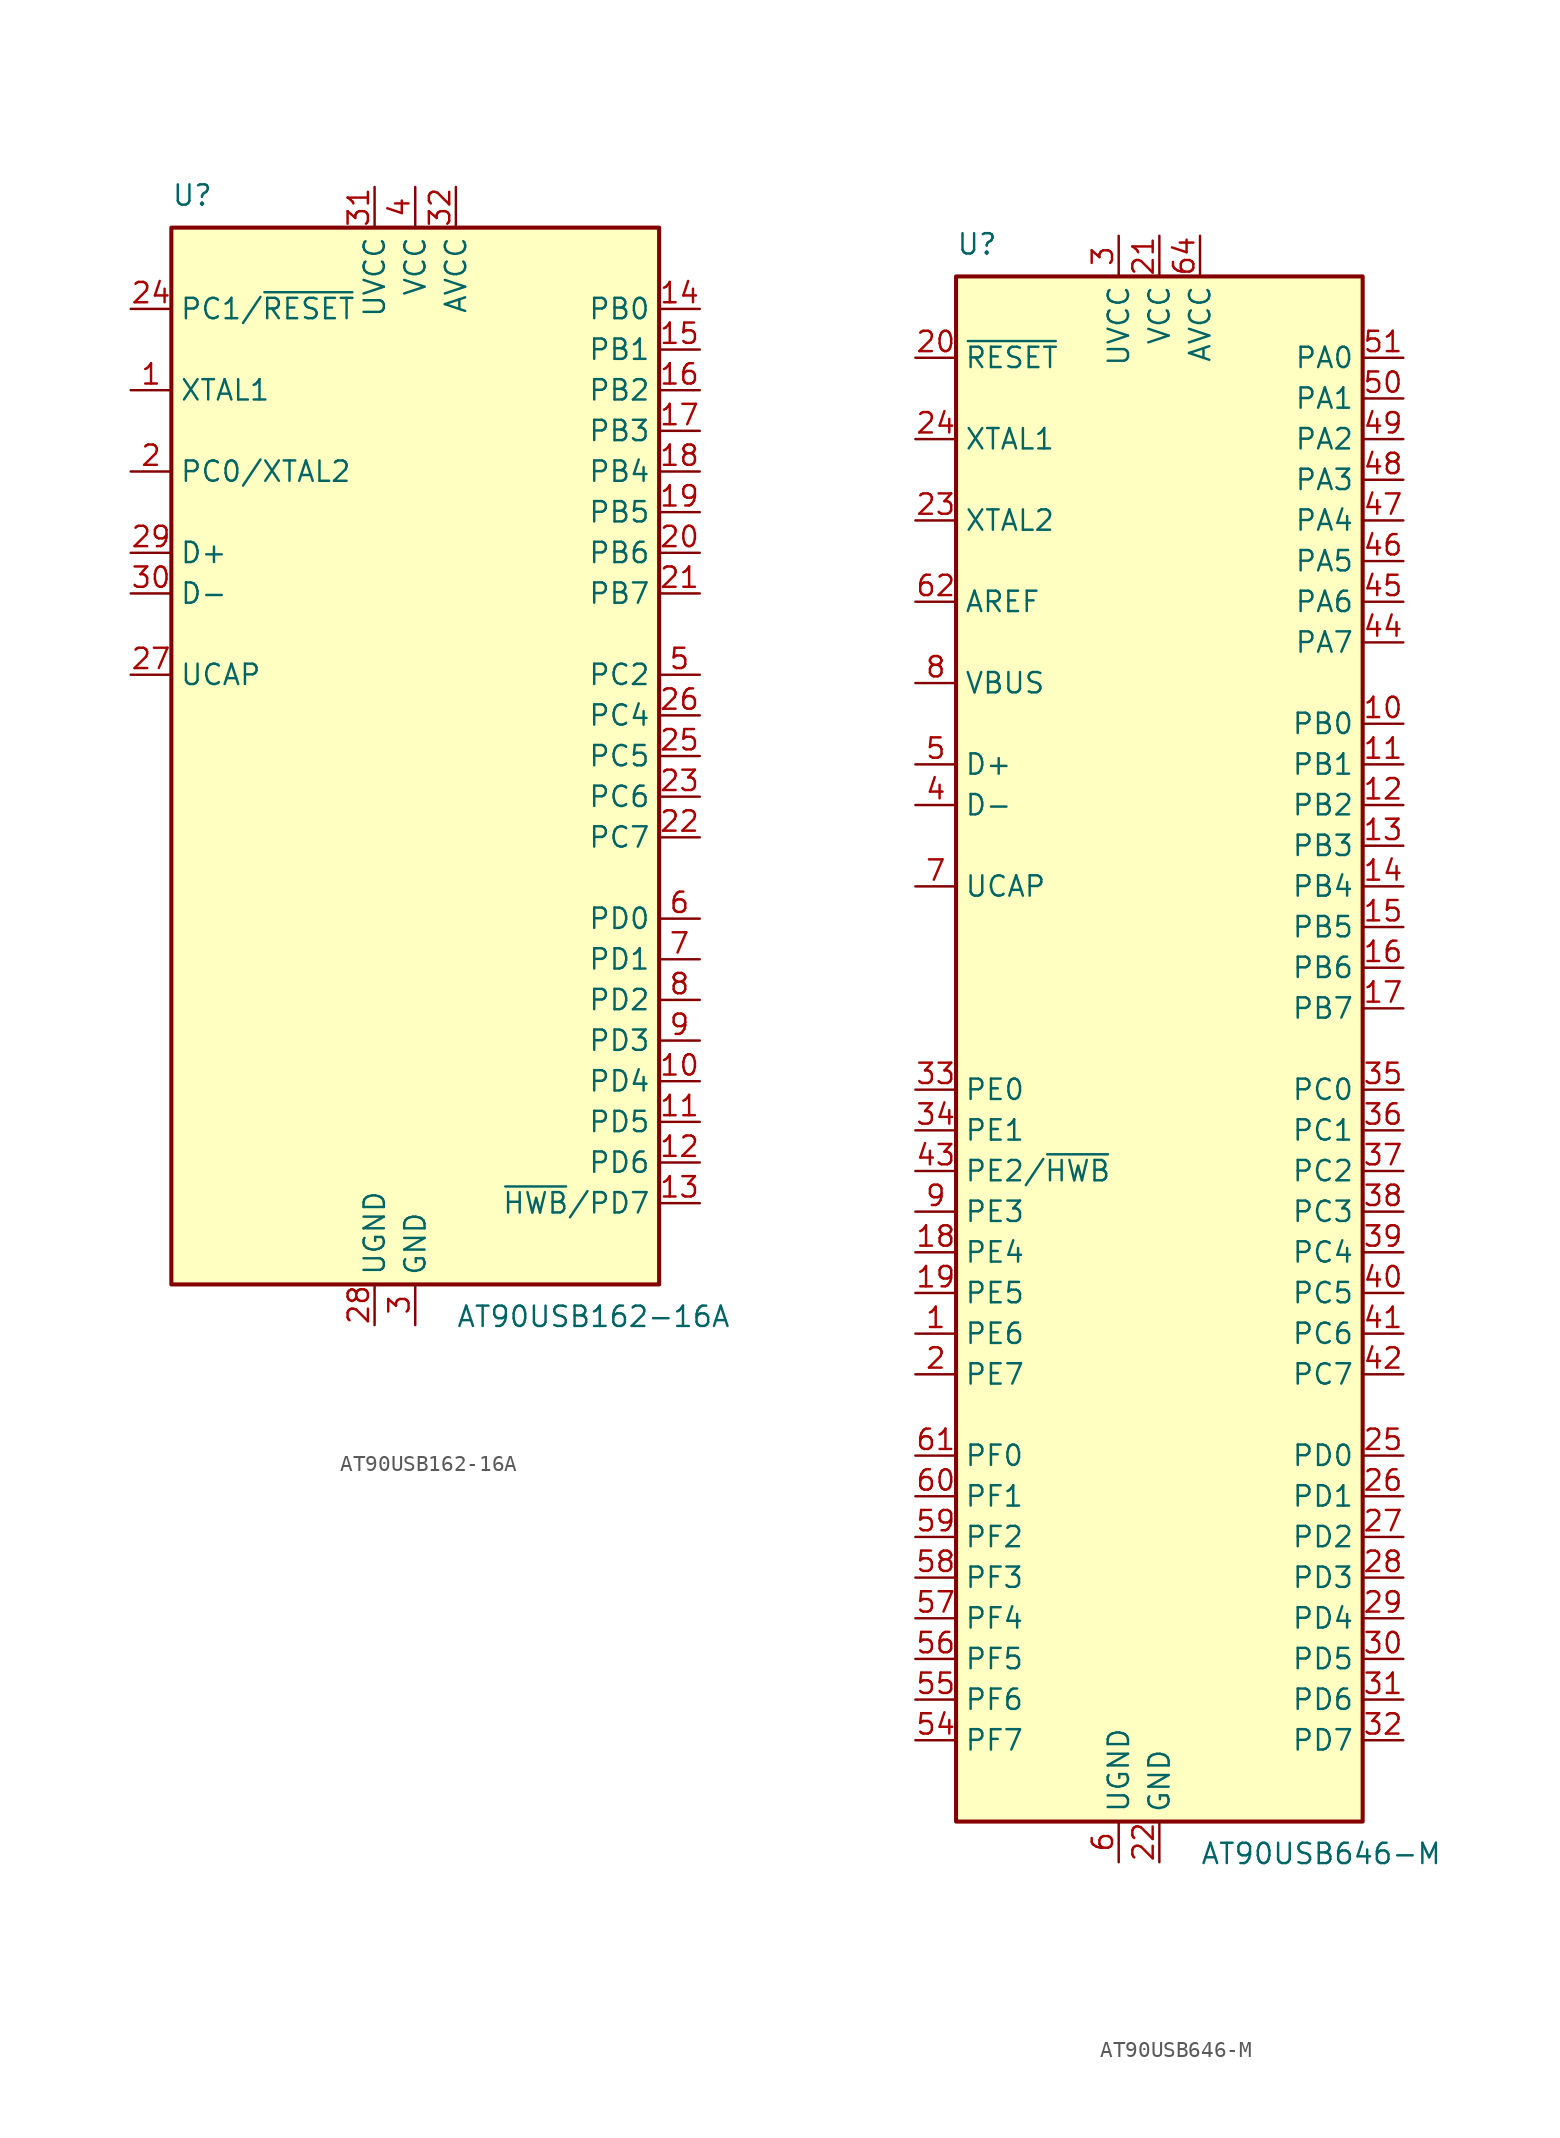
<source format=kicad_sym>
(kicad_symbol_lib
  (version 20211014)
  (generator kicad_symbol_editor)
  (symbol "AT90USB162-16A"
    (property "Reference" "U"
      (at -15.24 34.29 0)
      (effects (font (size 1.27 1.27)) (justify left bottom)))
    (property "Value" "AT90USB162-16A"
      (at 2.54 -34.29 0)
      (effects (font (size 1.27 1.27)) (justify left top)))
    (symbol "AT90USB162-16A_0_1"
      (rectangle (start -15.24 -33.02) (end 15.24 33.02) (stroke (width 0.254) (type default) (color 0 0 0 0)) (fill (type background))))
    (symbol "AT90USB162-16A_1_1"
      (pin input line (at -17.78 22.86 0) (length 2.54) (name "XTAL1" (effects (font (size 1.27 1.27)))) (number "1" (effects (font (size 1.27 1.27)))))
      (pin bidirectional line (at 17.78 -20.32 180) (length 2.54) (name "PD4" (effects (font (size 1.27 1.27)))) (number "10" (effects (font (size 1.27 1.27)))))
      (pin bidirectional line (at 17.78 -22.86 180) (length 2.54) (name "PD5" (effects (font (size 1.27 1.27)))) (number "11" (effects (font (size 1.27 1.27)))))
      (pin bidirectional line (at 17.78 -25.4 180) (length 2.54) (name "PD6" (effects (font (size 1.27 1.27)))) (number "12" (effects (font (size 1.27 1.27)))))
      (pin bidirectional line (at 17.78 -27.94 180) (length 2.54) (name "~{HWB}/PD7" (effects (font (size 1.27 1.27)))) (number "13" (effects (font (size 1.27 1.27)))))
      (pin bidirectional line (at 17.78 27.94 180) (length 2.54) (name "PB0" (effects (font (size 1.27 1.27)))) (number "14" (effects (font (size 1.27 1.27)))))
      (pin bidirectional line (at 17.78 25.4 180) (length 2.54) (name "PB1" (effects (font (size 1.27 1.27)))) (number "15" (effects (font (size 1.27 1.27)))))
      (pin bidirectional line (at 17.78 22.86 180) (length 2.54) (name "PB2" (effects (font (size 1.27 1.27)))) (number "16" (effects (font (size 1.27 1.27)))))
      (pin bidirectional line (at 17.78 20.32 180) (length 2.54) (name "PB3" (effects (font (size 1.27 1.27)))) (number "17" (effects (font (size 1.27 1.27)))))
      (pin bidirectional line (at 17.78 17.78 180) (length 2.54) (name "PB4" (effects (font (size 1.27 1.27)))) (number "18" (effects (font (size 1.27 1.27)))))
      (pin bidirectional line (at 17.78 15.24 180) (length 2.54) (name "PB5" (effects (font (size 1.27 1.27)))) (number "19" (effects (font (size 1.27 1.27)))))
      (pin bidirectional line (at -17.78 17.78 0) (length 2.54) (name "PC0/XTAL2" (effects (font (size 1.27 1.27)))) (number "2" (effects (font (size 1.27 1.27)))))
      (pin bidirectional line (at 17.78 12.7 180) (length 2.54) (name "PB6" (effects (font (size 1.27 1.27)))) (number "20" (effects (font (size 1.27 1.27)))))
      (pin bidirectional line (at 17.78 10.16 180) (length 2.54) (name "PB7" (effects (font (size 1.27 1.27)))) (number "21" (effects (font (size 1.27 1.27)))))
      (pin bidirectional line (at 17.78 -5.08 180) (length 2.54) (name "PC7" (effects (font (size 1.27 1.27)))) (number "22" (effects (font (size 1.27 1.27)))))
      (pin bidirectional line (at 17.78 -2.54 180) (length 2.54) (name "PC6" (effects (font (size 1.27 1.27)))) (number "23" (effects (font (size 1.27 1.27)))))
      (pin bidirectional line (at -17.78 27.94 0) (length 2.54) (name "PC1/~{RESET}" (effects (font (size 1.27 1.27)))) (number "24" (effects (font (size 1.27 1.27)))))
      (pin bidirectional line (at 17.78 0 180) (length 2.54) (name "PC5" (effects (font (size 1.27 1.27)))) (number "25" (effects (font (size 1.27 1.27)))))
      (pin bidirectional line (at 17.78 2.54 180) (length 2.54) (name "PC4" (effects (font (size 1.27 1.27)))) (number "26" (effects (font (size 1.27 1.27)))))
      (pin passive line (at -17.78 5.08 0) (length 2.54) (name "UCAP" (effects (font (size 1.27 1.27)))) (number "27" (effects (font (size 1.27 1.27)))))
      (pin power_in line (at -2.54 -35.56 90) (length 2.54) (name "UGND" (effects (font (size 1.27 1.27)))) (number "28" (effects (font (size 1.27 1.27)))))
      (pin bidirectional line (at -17.78 12.7 0) (length 2.54) (name "D+" (effects (font (size 1.27 1.27)))) (number "29" (effects (font (size 1.27 1.27)))))
      (pin power_in line (at 0 -35.56 90) (length 2.54) (name "GND" (effects (font (size 1.27 1.27)))) (number "3" (effects (font (size 1.27 1.27)))))
      (pin bidirectional line (at -17.78 10.16 0) (length 2.54) (name "D-" (effects (font (size 1.27 1.27)))) (number "30" (effects (font (size 1.27 1.27)))))
      (pin power_in line (at -2.54 35.56 270) (length 2.54) (name "UVCC" (effects (font (size 1.27 1.27)))) (number "31" (effects (font (size 1.27 1.27)))))
      (pin power_in line (at 2.54 35.56 270) (length 2.54) (name "AVCC" (effects (font (size 1.27 1.27)))) (number "32" (effects (font (size 1.27 1.27)))))
      (pin power_in line (at 0 35.56 270) (length 2.54) (name "VCC" (effects (font (size 1.27 1.27)))) (number "4" (effects (font (size 1.27 1.27)))))
      (pin bidirectional line (at 17.78 5.08 180) (length 2.54) (name "PC2" (effects (font (size 1.27 1.27)))) (number "5" (effects (font (size 1.27 1.27)))))
      (pin bidirectional line (at 17.78 -10.16 180) (length 2.54) (name "PD0" (effects (font (size 1.27 1.27)))) (number "6" (effects (font (size 1.27 1.27)))))
      (pin bidirectional line (at 17.78 -12.7 180) (length 2.54) (name "PD1" (effects (font (size 1.27 1.27)))) (number "7" (effects (font (size 1.27 1.27)))))
      (pin bidirectional line (at 17.78 -15.24 180) (length 2.54) (name "PD2" (effects (font (size 1.27 1.27)))) (number "8" (effects (font (size 1.27 1.27)))))
      (pin bidirectional line (at 17.78 -17.78 180) (length 2.54) (name "PD3" (effects (font (size 1.27 1.27)))) (number "9" (effects (font (size 1.27 1.27)))))))
  (symbol "AT90USB646-M"
    (property "Reference" "U"
      (at -12.7 49.53 0)
      (effects (font (size 1.27 1.27)) (justify left bottom)))
    (property "Value" "AT90USB646-M"
      (at 2.54 -49.53 0)
      (effects (font (size 1.27 1.27)) (justify left top)))
    (symbol "AT90USB646-M_0_1"
      (rectangle (start -12.7 -48.26) (end 12.7 48.26) (stroke (width 0.254) (type default) (color 0 0 0 0)) (fill (type background))))
    (symbol "AT90USB646-M_1_1"
      (pin bidirectional line (at -15.24 -17.78 0) (length 2.54) (name "PE6" (effects (font (size 1.27 1.27)))) (number "1" (effects (font (size 1.27 1.27)))))
      (pin bidirectional line (at 15.24 20.32 180) (length 2.54) (name "PB0" (effects (font (size 1.27 1.27)))) (number "10" (effects (font (size 1.27 1.27)))))
      (pin bidirectional line (at 15.24 17.78 180) (length 2.54) (name "PB1" (effects (font (size 1.27 1.27)))) (number "11" (effects (font (size 1.27 1.27)))))
      (pin bidirectional line (at 15.24 15.24 180) (length 2.54) (name "PB2" (effects (font (size 1.27 1.27)))) (number "12" (effects (font (size 1.27 1.27)))))
      (pin bidirectional line (at 15.24 12.7 180) (length 2.54) (name "PB3" (effects (font (size 1.27 1.27)))) (number "13" (effects (font (size 1.27 1.27)))))
      (pin bidirectional line (at 15.24 10.16 180) (length 2.54) (name "PB4" (effects (font (size 1.27 1.27)))) (number "14" (effects (font (size 1.27 1.27)))))
      (pin bidirectional line (at 15.24 7.62 180) (length 2.54) (name "PB5" (effects (font (size 1.27 1.27)))) (number "15" (effects (font (size 1.27 1.27)))))
      (pin bidirectional line (at 15.24 5.08 180) (length 2.54) (name "PB6" (effects (font (size 1.27 1.27)))) (number "16" (effects (font (size 1.27 1.27)))))
      (pin bidirectional line (at 15.24 2.54 180) (length 2.54) (name "PB7" (effects (font (size 1.27 1.27)))) (number "17" (effects (font (size 1.27 1.27)))))
      (pin bidirectional line (at -15.24 -12.7 0) (length 2.54) (name "PE4" (effects (font (size 1.27 1.27)))) (number "18" (effects (font (size 1.27 1.27)))))
      (pin bidirectional line (at -15.24 -15.24 0) (length 2.54) (name "PE5" (effects (font (size 1.27 1.27)))) (number "19" (effects (font (size 1.27 1.27)))))
      (pin bidirectional line (at -15.24 -20.32 0) (length 2.54) (name "PE7" (effects (font (size 1.27 1.27)))) (number "2" (effects (font (size 1.27 1.27)))))
      (pin input line (at -15.24 43.18 0) (length 2.54) (name "~{RESET}" (effects (font (size 1.27 1.27)))) (number "20" (effects (font (size 1.27 1.27)))))
      (pin power_in line (at 0 50.8 270) (length 2.54) (name "VCC" (effects (font (size 1.27 1.27)))) (number "21" (effects (font (size 1.27 1.27)))))
      (pin power_in line (at 0 -50.8 90) (length 2.54) (name "GND" (effects (font (size 1.27 1.27)))) (number "22" (effects (font (size 1.27 1.27)))))
      (pin output line (at -15.24 33.02 0) (length 2.54) (name "XTAL2" (effects (font (size 1.27 1.27)))) (number "23" (effects (font (size 1.27 1.27)))))
      (pin input line (at -15.24 38.1 0) (length 2.54) (name "XTAL1" (effects (font (size 1.27 1.27)))) (number "24" (effects (font (size 1.27 1.27)))))
      (pin bidirectional line (at 15.24 -25.4 180) (length 2.54) (name "PD0" (effects (font (size 1.27 1.27)))) (number "25" (effects (font (size 1.27 1.27)))))
      (pin bidirectional line (at 15.24 -27.94 180) (length 2.54) (name "PD1" (effects (font (size 1.27 1.27)))) (number "26" (effects (font (size 1.27 1.27)))))
      (pin bidirectional line (at 15.24 -30.48 180) (length 2.54) (name "PD2" (effects (font (size 1.27 1.27)))) (number "27" (effects (font (size 1.27 1.27)))))
      (pin bidirectional line (at 15.24 -33.02 180) (length 2.54) (name "PD3" (effects (font (size 1.27 1.27)))) (number "28" (effects (font (size 1.27 1.27)))))
      (pin bidirectional line (at 15.24 -35.56 180) (length 2.54) (name "PD4" (effects (font (size 1.27 1.27)))) (number "29" (effects (font (size 1.27 1.27)))))
      (pin power_in line (at -2.54 50.8 270) (length 2.54) (name "UVCC" (effects (font (size 1.27 1.27)))) (number "3" (effects (font (size 1.27 1.27)))))
      (pin bidirectional line (at 15.24 -38.1 180) (length 2.54) (name "PD5" (effects (font (size 1.27 1.27)))) (number "30" (effects (font (size 1.27 1.27)))))
      (pin bidirectional line (at 15.24 -40.64 180) (length 2.54) (name "PD6" (effects (font (size 1.27 1.27)))) (number "31" (effects (font (size 1.27 1.27)))))
      (pin bidirectional line (at 15.24 -43.18 180) (length 2.54) (name "PD7" (effects (font (size 1.27 1.27)))) (number "32" (effects (font (size 1.27 1.27)))))
      (pin bidirectional line (at -15.24 -2.54 0) (length 2.54) (name "PE0" (effects (font (size 1.27 1.27)))) (number "33" (effects (font (size 1.27 1.27)))))
      (pin bidirectional line (at -15.24 -5.08 0) (length 2.54) (name "PE1" (effects (font (size 1.27 1.27)))) (number "34" (effects (font (size 1.27 1.27)))))
      (pin bidirectional line (at 15.24 -2.54 180) (length 2.54) (name "PC0" (effects (font (size 1.27 1.27)))) (number "35" (effects (font (size 1.27 1.27)))))
      (pin bidirectional line (at 15.24 -5.08 180) (length 2.54) (name "PC1" (effects (font (size 1.27 1.27)))) (number "36" (effects (font (size 1.27 1.27)))))
      (pin bidirectional line (at 15.24 -7.62 180) (length 2.54) (name "PC2" (effects (font (size 1.27 1.27)))) (number "37" (effects (font (size 1.27 1.27)))))
      (pin bidirectional line (at 15.24 -10.16 180) (length 2.54) (name "PC3" (effects (font (size 1.27 1.27)))) (number "38" (effects (font (size 1.27 1.27)))))
      (pin bidirectional line (at 15.24 -12.7 180) (length 2.54) (name "PC4" (effects (font (size 1.27 1.27)))) (number "39" (effects (font (size 1.27 1.27)))))
      (pin bidirectional line (at -15.24 15.24 0) (length 2.54) (name "D-" (effects (font (size 1.27 1.27)))) (number "4" (effects (font (size 1.27 1.27)))))
      (pin bidirectional line (at 15.24 -15.24 180) (length 2.54) (name "PC5" (effects (font (size 1.27 1.27)))) (number "40" (effects (font (size 1.27 1.27)))))
      (pin bidirectional line (at 15.24 -17.78 180) (length 2.54) (name "PC6" (effects (font (size 1.27 1.27)))) (number "41" (effects (font (size 1.27 1.27)))))
      (pin bidirectional line (at 15.24 -20.32 180) (length 2.54) (name "PC7" (effects (font (size 1.27 1.27)))) (number "42" (effects (font (size 1.27 1.27)))))
      (pin bidirectional line (at -15.24 -7.62 0) (length 2.54) (name "PE2/~{HWB}" (effects (font (size 1.27 1.27)))) (number "43" (effects (font (size 1.27 1.27)))))
      (pin bidirectional line (at 15.24 25.4 180) (length 2.54) (name "PA7" (effects (font (size 1.27 1.27)))) (number "44" (effects (font (size 1.27 1.27)))))
      (pin bidirectional line (at 15.24 27.94 180) (length 2.54) (name "PA6" (effects (font (size 1.27 1.27)))) (number "45" (effects (font (size 1.27 1.27)))))
      (pin bidirectional line (at 15.24 30.48 180) (length 2.54) (name "PA5" (effects (font (size 1.27 1.27)))) (number "46" (effects (font (size 1.27 1.27)))))
      (pin bidirectional line (at 15.24 33.02 180) (length 2.54) (name "PA4" (effects (font (size 1.27 1.27)))) (number "47" (effects (font (size 1.27 1.27)))))
      (pin bidirectional line (at 15.24 35.56 180) (length 2.54) (name "PA3" (effects (font (size 1.27 1.27)))) (number "48" (effects (font (size 1.27 1.27)))))
      (pin bidirectional line (at 15.24 38.1 180) (length 2.54) (name "PA2" (effects (font (size 1.27 1.27)))) (number "49" (effects (font (size 1.27 1.27)))))
      (pin bidirectional line (at -15.24 17.78 0) (length 2.54) (name "D+" (effects (font (size 1.27 1.27)))) (number "5" (effects (font (size 1.27 1.27)))))
      (pin bidirectional line (at 15.24 40.64 180) (length 2.54) (name "PA1" (effects (font (size 1.27 1.27)))) (number "50" (effects (font (size 1.27 1.27)))))
      (pin bidirectional line (at 15.24 43.18 180) (length 2.54) (name "PA0" (effects (font (size 1.27 1.27)))) (number "51" (effects (font (size 1.27 1.27)))))
      (pin passive line (at 0 50.8 270) (length 2.54) hide (name "VCC" (effects (font (size 1.27 1.27)))) (number "52" (effects (font (size 1.27 1.27)))))
      (pin passive line (at 0 -50.8 90) (length 2.54) hide (name "GND" (effects (font (size 1.27 1.27)))) (number "53" (effects (font (size 1.27 1.27)))))
      (pin bidirectional line (at -15.24 -43.18 0) (length 2.54) (name "PF7" (effects (font (size 1.27 1.27)))) (number "54" (effects (font (size 1.27 1.27)))))
      (pin bidirectional line (at -15.24 -40.64 0) (length 2.54) (name "PF6" (effects (font (size 1.27 1.27)))) (number "55" (effects (font (size 1.27 1.27)))))
      (pin bidirectional line (at -15.24 -38.1 0) (length 2.54) (name "PF5" (effects (font (size 1.27 1.27)))) (number "56" (effects (font (size 1.27 1.27)))))
      (pin bidirectional line (at -15.24 -35.56 0) (length 2.54) (name "PF4" (effects (font (size 1.27 1.27)))) (number "57" (effects (font (size 1.27 1.27)))))
      (pin bidirectional line (at -15.24 -33.02 0) (length 2.54) (name "PF3" (effects (font (size 1.27 1.27)))) (number "58" (effects (font (size 1.27 1.27)))))
      (pin bidirectional line (at -15.24 -30.48 0) (length 2.54) (name "PF2" (effects (font (size 1.27 1.27)))) (number "59" (effects (font (size 1.27 1.27)))))
      (pin power_in line (at -2.54 -50.8 90) (length 2.54) (name "UGND" (effects (font (size 1.27 1.27)))) (number "6" (effects (font (size 1.27 1.27)))))
      (pin bidirectional line (at -15.24 -27.94 0) (length 2.54) (name "PF1" (effects (font (size 1.27 1.27)))) (number "60" (effects (font (size 1.27 1.27)))))
      (pin bidirectional line (at -15.24 -25.4 0) (length 2.54) (name "PF0" (effects (font (size 1.27 1.27)))) (number "61" (effects (font (size 1.27 1.27)))))
      (pin passive line (at -15.24 27.94 0) (length 2.54) (name "AREF" (effects (font (size 1.27 1.27)))) (number "62" (effects (font (size 1.27 1.27)))))
      (pin passive line (at 0 -50.8 90) (length 2.54) hide (name "GND" (effects (font (size 1.27 1.27)))) (number "63" (effects (font (size 1.27 1.27)))))
      (pin power_in line (at 2.54 50.8 270) (length 2.54) (name "AVCC" (effects (font (size 1.27 1.27)))) (number "64" (effects (font (size 1.27 1.27)))))
      (pin passive line (at 0 -50.8 90) (length 2.54) hide (name "GND" (effects (font (size 1.27 1.27)))) (number "65" (effects (font (size 1.27 1.27)))))
      (pin passive line (at -15.24 10.16 0) (length 2.54) (name "UCAP" (effects (font (size 1.27 1.27)))) (number "7" (effects (font (size 1.27 1.27)))))
      (pin input line (at -15.24 22.86 0) (length 2.54) (name "VBUS" (effects (font (size 1.27 1.27)))) (number "8" (effects (font (size 1.27 1.27)))))
      (pin bidirectional line (at -15.24 -10.16 0) (length 2.54) (name "PE3" (effects (font (size 1.27 1.27)))) (number "9" (effects (font (size 1.27 1.27))))))))
</source>
